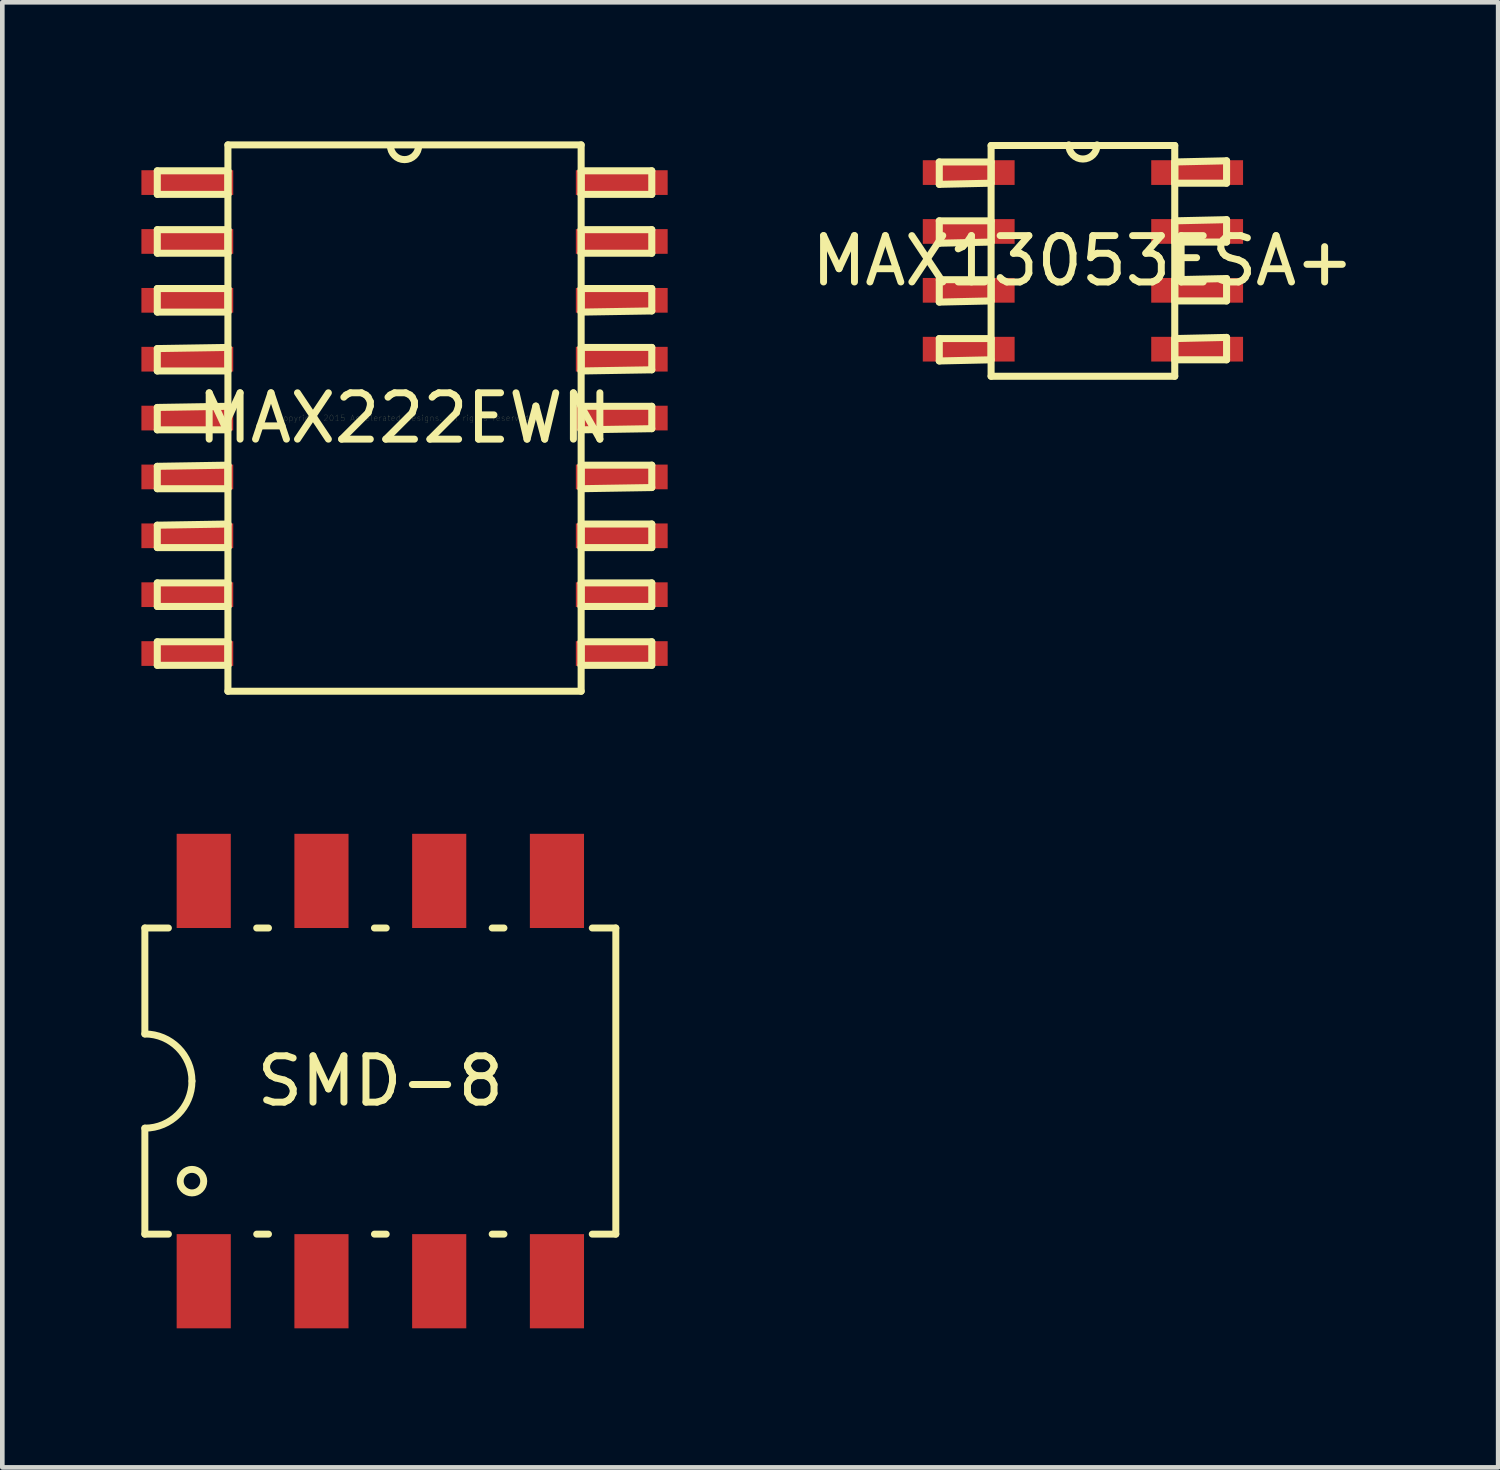
<source format=kicad_pcb>
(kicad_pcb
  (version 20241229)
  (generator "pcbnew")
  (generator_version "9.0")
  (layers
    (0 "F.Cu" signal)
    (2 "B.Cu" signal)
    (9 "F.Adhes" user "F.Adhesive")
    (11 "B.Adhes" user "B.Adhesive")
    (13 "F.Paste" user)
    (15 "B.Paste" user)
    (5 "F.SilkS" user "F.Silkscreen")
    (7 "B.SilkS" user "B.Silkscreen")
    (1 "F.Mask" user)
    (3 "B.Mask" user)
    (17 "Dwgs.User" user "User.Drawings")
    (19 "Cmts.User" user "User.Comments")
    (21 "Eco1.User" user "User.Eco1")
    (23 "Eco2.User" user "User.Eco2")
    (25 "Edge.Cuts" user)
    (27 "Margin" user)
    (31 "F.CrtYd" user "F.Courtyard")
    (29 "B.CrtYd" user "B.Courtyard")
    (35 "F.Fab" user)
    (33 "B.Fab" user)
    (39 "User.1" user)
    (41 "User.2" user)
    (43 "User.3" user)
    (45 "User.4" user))
  (footprint "MAX13053ESA+"
    (layer "F.Cu")
    (at 20.312 2.578)
    (property "Reference" "MAX13053ESA+" (at 0 0 0) (layer "F.SilkS") (effects (font (size 1 1) (thickness 0.15))))
    (attr through_hole)
    (fp_line (start -3.099 -2.134) (end -3.099 -1.651) (stroke (width 0.152) (type solid)) (layer "F.SilkS"))
    (fp_line (start -3.099 -1.651) (end -1.981 -1.676) (stroke (width 0.152) (type solid)) (layer "F.SilkS"))
    (fp_line (start -3.099 -0.864) (end -3.099 -0.381) (stroke (width 0.152) (type solid)) (layer "F.SilkS"))
    (fp_line (start -3.099 -0.381) (end -1.981 -0.406) (stroke (width 0.152) (type solid)) (layer "F.SilkS"))
    (fp_line (start -3.099 0.406) (end -3.099 0.889) (stroke (width 0.152) (type solid)) (layer "F.SilkS"))
    (fp_line (start -3.099 0.889) (end -1.981 0.864) (stroke (width 0.152) (type solid)) (layer "F.SilkS"))
    (fp_line (start -3.099 1.676) (end -3.099 2.159) (stroke (width 0.152) (type solid)) (layer "F.SilkS"))
    (fp_line (start -3.099 2.159) (end -1.981 2.134) (stroke (width 0.152) (type solid)) (layer "F.SilkS"))
    (fp_line (start -1.981 -2.489) (end -1.981 2.489) (stroke (width 0.152) (type solid)) (layer "F.SilkS"))
    (fp_line (start -1.981 -2.134) (end -3.099 -2.134) (stroke (width 0.152) (type solid)) (layer "F.SilkS"))
    (fp_line (start -1.981 -1.676) (end -1.981 -2.134) (stroke (width 0.152) (type solid)) (layer "F.SilkS"))
    (fp_line (start -1.981 -0.864) (end -3.099 -0.864) (stroke (width 0.152) (type solid)) (layer "F.SilkS"))
    (fp_line (start -1.981 -0.406) (end -1.981 -0.864) (stroke (width 0.152) (type solid)) (layer "F.SilkS"))
    (fp_line (start -1.981 0.406) (end -3.099 0.406) (stroke (width 0.152) (type solid)) (layer "F.SilkS"))
    (fp_line (start -1.981 0.864) (end -1.981 0.406) (stroke (width 0.152) (type solid)) (layer "F.SilkS"))
    (fp_line (start -1.981 1.676) (end -3.099 1.676) (stroke (width 0.152) (type solid)) (layer "F.SilkS"))
    (fp_line (start -1.981 2.134) (end -1.981 1.676) (stroke (width 0.152) (type solid)) (layer "F.SilkS"))
    (fp_line (start -1.981 2.489) (end 1.981 2.489) (stroke (width 0.152) (type solid)) (layer "F.SilkS"))
    (fp_line (start 1.981 -2.489) (end -1.981 -2.489) (stroke (width 0.152) (type solid)) (layer "F.SilkS"))
    (fp_line (start 1.981 -2.134) (end 1.981 -1.676) (stroke (width 0.152) (type solid)) (layer "F.SilkS"))
    (fp_line (start 1.981 -1.676) (end 3.099 -1.676) (stroke (width 0.152) (type solid)) (layer "F.SilkS"))
    (fp_line (start 1.981 -0.864) (end 1.981 -0.406) (stroke (width 0.152) (type solid)) (layer "F.SilkS"))
    (fp_line (start 1.981 -0.406) (end 3.099 -0.406) (stroke (width 0.152) (type solid)) (layer "F.SilkS"))
    (fp_line (start 1.981 0.406) (end 1.981 0.864) (stroke (width 0.152) (type solid)) (layer "F.SilkS"))
    (fp_line (start 1.981 0.864) (end 3.099 0.864) (stroke (width 0.152) (type solid)) (layer "F.SilkS"))
    (fp_line (start 1.981 1.676) (end 1.981 2.134) (stroke (width 0.152) (type solid)) (layer "F.SilkS"))
    (fp_line (start 1.981 2.134) (end 3.099 2.134) (stroke (width 0.152) (type solid)) (layer "F.SilkS"))
    (fp_line (start 1.981 2.489) (end 1.981 -2.489) (stroke (width 0.152) (type solid)) (layer "F.SilkS"))
    (fp_line (start 3.099 -2.159) (end 1.981 -2.134) (stroke (width 0.152) (type solid)) (layer "F.SilkS"))
    (fp_line (start 3.099 -1.676) (end 3.099 -2.159) (stroke (width 0.152) (type solid)) (layer "F.SilkS"))
    (fp_line (start 3.099 -0.889) (end 1.981 -0.864) (stroke (width 0.152) (type solid)) (layer "F.SilkS"))
    (fp_line (start 3.099 -0.406) (end 3.099 -0.889) (stroke (width 0.152) (type solid)) (layer "F.SilkS"))
    (fp_line (start 3.099 0.381) (end 1.981 0.406) (stroke (width 0.152) (type solid)) (layer "F.SilkS"))
    (fp_line (start 3.099 0.864) (end 3.099 0.381) (stroke (width 0.152) (type solid)) (layer "F.SilkS"))
    (fp_line (start 3.099 1.651) (end 1.981 1.676) (stroke (width 0.152) (type solid)) (layer "F.SilkS"))
    (fp_line (start 3.099 2.134) (end 3.099 1.651) (stroke (width 0.152) (type solid)) (layer "F.SilkS"))
    (fp_arc (start 0.3048 -2.5019) (mid 0 -2.1971) (end -0.3048 -2.5019) (stroke (width 0.1524) (type solid)) (layer "F.SilkS"))
    (pad "1" smd rect (at -2.464 -1.905) (size 1.981 0.533) (layers "F.Cu" "F.Mask" "F.Paste"))
    (pad "2" smd rect (at -2.464 -0.635) (size 1.981 0.533) (layers "F.Cu" "F.Mask" "F.Paste"))
    (pad "3" smd rect (at -2.464 0.635) (size 1.981 0.533) (layers "F.Cu" "F.Mask" "F.Paste"))
    (pad "4" smd rect (at -2.464 1.905) (size 1.981 0.533) (layers "F.Cu" "F.Mask" "F.Paste"))
    (pad "5" smd rect (at 2.464 1.905) (size 1.981 0.533) (layers "F.Cu" "F.Mask" "F.Paste"))
    (pad "6" smd rect (at 2.464 0.635) (size 1.981 0.533) (layers "F.Cu" "F.Mask" "F.Paste"))
    (pad "7" smd rect (at 2.464 -0.635) (size 1.981 0.533) (layers "F.Cu" "F.Mask" "F.Paste"))
    (pad "8" smd rect (at 2.464 -1.905) (size 1.981 0.533) (layers "F.Cu" "F.Mask" "F.Paste")))
  (footprint "MAX222EWN"
    (layer "F.Cu")
    (at 5.677 5.969)
    (property "Reference" "MAX222EWN" (at 0 0 0) (layer "F.SilkS") (effects (font (size 1 1) (thickness 0.15))))
    (attr through_hole)
    (fp_line (start -5.334 -5.334) (end -5.334 -4.826) (stroke (width 0.152) (type solid)) (layer "F.SilkS"))
    (fp_line (start -5.334 -4.826) (end -3.81 -4.826) (stroke (width 0.152) (type solid)) (layer "F.SilkS"))
    (fp_line (start -5.334 -4.064) (end -5.334 -3.556) (stroke (width 0.152) (type solid)) (layer "F.SilkS"))
    (fp_line (start -5.334 -3.556) (end -3.81 -3.556) (stroke (width 0.152) (type solid)) (layer "F.SilkS"))
    (fp_line (start -5.334 -2.794) (end -5.334 -2.286) (stroke (width 0.152) (type solid)) (layer "F.SilkS"))
    (fp_line (start -5.334 -2.286) (end -3.81 -2.286) (stroke (width 0.152) (type solid)) (layer "F.SilkS"))
    (fp_line (start -5.334 -1.499) (end -5.334 -1.016) (stroke (width 0.152) (type solid)) (layer "F.SilkS"))
    (fp_line (start -5.334 -1.016) (end -3.81 -1.016) (stroke (width 0.152) (type solid)) (layer "F.SilkS"))
    (fp_line (start -5.334 -0.229) (end -5.334 0.254) (stroke (width 0.152) (type solid)) (layer "F.SilkS"))
    (fp_line (start -5.334 0.254) (end -3.81 0.254) (stroke (width 0.152) (type solid)) (layer "F.SilkS"))
    (fp_line (start -5.334 1.041) (end -5.334 1.524) (stroke (width 0.152) (type solid)) (layer "F.SilkS"))
    (fp_line (start -5.334 1.524) (end -3.81 1.524) (stroke (width 0.152) (type solid)) (layer "F.SilkS"))
    (fp_line (start -5.334 2.311) (end -5.334 2.794) (stroke (width 0.152) (type solid)) (layer "F.SilkS"))
    (fp_line (start -5.334 2.794) (end -3.81 2.794) (stroke (width 0.152) (type solid)) (layer "F.SilkS"))
    (fp_line (start -5.334 3.556) (end -5.334 4.064) (stroke (width 0.152) (type solid)) (layer "F.SilkS"))
    (fp_line (start -5.334 4.064) (end -3.81 4.064) (stroke (width 0.152) (type solid)) (layer "F.SilkS"))
    (fp_line (start -5.334 4.826) (end -5.334 5.334) (stroke (width 0.152) (type solid)) (layer "F.SilkS"))
    (fp_line (start -5.334 5.334) (end -3.81 5.334) (stroke (width 0.152) (type solid)) (layer "F.SilkS"))
    (fp_line (start -3.81 -5.893) (end -3.81 5.893) (stroke (width 0.152) (type solid)) (layer "F.SilkS"))
    (fp_line (start -3.81 -5.334) (end -5.334 -5.334) (stroke (width 0.152) (type solid)) (layer "F.SilkS"))
    (fp_line (start -3.81 -4.826) (end -3.81 -5.334) (stroke (width 0.152) (type solid)) (layer "F.SilkS"))
    (fp_line (start -3.81 -4.064) (end -5.334 -4.064) (stroke (width 0.152) (type solid)) (layer "F.SilkS"))
    (fp_line (start -3.81 -3.556) (end -3.81 -4.064) (stroke (width 0.152) (type solid)) (layer "F.SilkS"))
    (fp_line (start -3.81 -2.794) (end -5.334 -2.794) (stroke (width 0.152) (type solid)) (layer "F.SilkS"))
    (fp_line (start -3.81 -2.286) (end -3.81 -2.794) (stroke (width 0.152) (type solid)) (layer "F.SilkS"))
    (fp_line (start -3.81 -1.524) (end -5.334 -1.499) (stroke (width 0.152) (type solid)) (layer "F.SilkS"))
    (fp_line (start -3.81 -1.016) (end -3.81 -1.524) (stroke (width 0.152) (type solid)) (layer "F.SilkS"))
    (fp_line (start -3.81 -0.254) (end -5.334 -0.229) (stroke (width 0.152) (type solid)) (layer "F.SilkS"))
    (fp_line (start -3.81 0.254) (end -3.81 -0.254) (stroke (width 0.152) (type solid)) (layer "F.SilkS"))
    (fp_line (start -3.81 1.016) (end -5.334 1.041) (stroke (width 0.152) (type solid)) (layer "F.SilkS"))
    (fp_line (start -3.81 1.524) (end -3.81 1.016) (stroke (width 0.152) (type solid)) (layer "F.SilkS"))
    (fp_line (start -3.81 2.286) (end -5.334 2.311) (stroke (width 0.152) (type solid)) (layer "F.SilkS"))
    (fp_line (start -3.81 2.794) (end -3.81 2.286) (stroke (width 0.152) (type solid)) (layer "F.SilkS"))
    (fp_line (start -3.81 3.556) (end -5.334 3.556) (stroke (width 0.152) (type solid)) (layer "F.SilkS"))
    (fp_line (start -3.81 4.064) (end -3.81 3.556) (stroke (width 0.152) (type solid)) (layer "F.SilkS"))
    (fp_line (start -3.81 4.826) (end -5.334 4.826) (stroke (width 0.152) (type solid)) (layer "F.SilkS"))
    (fp_line (start -3.81 5.334) (end -3.81 4.826) (stroke (width 0.152) (type solid)) (layer "F.SilkS"))
    (fp_line (start -3.81 5.893) (end 3.81 5.893) (stroke (width 0.152) (type solid)) (layer "F.SilkS"))
    (fp_line (start 3.81 -5.893) (end -3.81 -5.893) (stroke (width 0.152) (type solid)) (layer "F.SilkS"))
    (fp_line (start 3.81 -5.334) (end 3.81 -4.826) (stroke (width 0.152) (type solid)) (layer "F.SilkS"))
    (fp_line (start 3.81 -4.826) (end 5.334 -4.826) (stroke (width 0.152) (type solid)) (layer "F.SilkS"))
    (fp_line (start 3.81 -4.064) (end 3.81 -3.556) (stroke (width 0.152) (type solid)) (layer "F.SilkS"))
    (fp_line (start 3.81 -3.556) (end 5.334 -3.556) (stroke (width 0.152) (type solid)) (layer "F.SilkS"))
    (fp_line (start 3.81 -2.794) (end 3.81 -2.286) (stroke (width 0.152) (type solid)) (layer "F.SilkS"))
    (fp_line (start 3.81 -2.286) (end 5.334 -2.311) (stroke (width 0.152) (type solid)) (layer "F.SilkS"))
    (fp_line (start 3.81 -1.524) (end 3.81 -1.016) (stroke (width 0.152) (type solid)) (layer "F.SilkS"))
    (fp_line (start 3.81 -1.016) (end 5.334 -1.041) (stroke (width 0.152) (type solid)) (layer "F.SilkS"))
    (fp_line (start 3.81 -0.254) (end 3.81 0.254) (stroke (width 0.152) (type solid)) (layer "F.SilkS"))
    (fp_line (start 3.81 0.254) (end 5.334 0.229) (stroke (width 0.152) (type solid)) (layer "F.SilkS"))
    (fp_line (start 3.81 1.016) (end 3.81 1.524) (stroke (width 0.152) (type solid)) (layer "F.SilkS"))
    (fp_line (start 3.81 1.524) (end 5.334 1.499) (stroke (width 0.152) (type solid)) (layer "F.SilkS"))
    (fp_line (start 3.81 2.286) (end 3.81 2.794) (stroke (width 0.152) (type solid)) (layer "F.SilkS"))
    (fp_line (start 3.81 2.794) (end 5.334 2.794) (stroke (width 0.152) (type solid)) (layer "F.SilkS"))
    (fp_line (start 3.81 3.556) (end 3.81 4.064) (stroke (width 0.152) (type solid)) (layer "F.SilkS"))
    (fp_line (start 3.81 4.064) (end 5.334 4.064) (stroke (width 0.152) (type solid)) (layer "F.SilkS"))
    (fp_line (start 3.81 4.826) (end 3.81 5.334) (stroke (width 0.152) (type solid)) (layer "F.SilkS"))
    (fp_line (start 3.81 5.334) (end 5.334 5.334) (stroke (width 0.152) (type solid)) (layer "F.SilkS"))
    (fp_line (start 3.81 5.893) (end 3.81 -5.893) (stroke (width 0.152) (type solid)) (layer "F.SilkS"))
    (fp_line (start 5.334 -5.334) (end 3.81 -5.334) (stroke (width 0.152) (type solid)) (layer "F.SilkS"))
    (fp_line (start 5.334 -4.826) (end 5.334 -5.334) (stroke (width 0.152) (type solid)) (layer "F.SilkS"))
    (fp_line (start 5.334 -4.064) (end 3.81 -4.064) (stroke (width 0.152) (type solid)) (layer "F.SilkS"))
    (fp_line (start 5.334 -3.556) (end 5.334 -4.064) (stroke (width 0.152) (type solid)) (layer "F.SilkS"))
    (fp_line (start 5.334 -2.794) (end 3.81 -2.794) (stroke (width 0.152) (type solid)) (layer "F.SilkS"))
    (fp_line (start 5.334 -2.311) (end 5.334 -2.794) (stroke (width 0.152) (type solid)) (layer "F.SilkS"))
    (fp_line (start 5.334 -1.524) (end 3.81 -1.524) (stroke (width 0.152) (type solid)) (layer "F.SilkS"))
    (fp_line (start 5.334 -1.041) (end 5.334 -1.524) (stroke (width 0.152) (type solid)) (layer "F.SilkS"))
    (fp_line (start 5.334 -0.254) (end 3.81 -0.254) (stroke (width 0.152) (type solid)) (layer "F.SilkS"))
    (fp_line (start 5.334 0.229) (end 5.334 -0.254) (stroke (width 0.152) (type solid)) (layer "F.SilkS"))
    (fp_line (start 5.334 1.016) (end 3.81 1.016) (stroke (width 0.152) (type solid)) (layer "F.SilkS"))
    (fp_line (start 5.334 1.499) (end 5.334 1.016) (stroke (width 0.152) (type solid)) (layer "F.SilkS"))
    (fp_line (start 5.334 2.286) (end 3.81 2.286) (stroke (width 0.152) (type solid)) (layer "F.SilkS"))
    (fp_line (start 5.334 2.794) (end 5.334 2.286) (stroke (width 0.152) (type solid)) (layer "F.SilkS"))
    (fp_line (start 5.334 3.556) (end 3.81 3.556) (stroke (width 0.152) (type solid)) (layer "F.SilkS"))
    (fp_line (start 5.334 4.064) (end 5.334 3.556) (stroke (width 0.152) (type solid)) (layer "F.SilkS"))
    (fp_line (start 5.334 4.826) (end 3.81 4.826) (stroke (width 0.152) (type solid)) (layer "F.SilkS"))
    (fp_line (start 5.334 5.334) (end 5.334 4.826) (stroke (width 0.152) (type solid)) (layer "F.SilkS"))
    (fp_arc (start 0.3048 -5.8801) (mid 0 -5.5753) (end -0.3048 -5.8801) (stroke (width 0.1524) (type solid)) (layer "F.SilkS"))
    (fp_text user "Copyright 2015 Accelerated Designs. All rights reserved." (at 0 0 0) (layer "F.SilkS") (effects (font (size 0.127 0.127) (thickness 0.002))))
    (pad "1" smd rect (at -4.686 -5.08) (size 1.981 0.533) (layers "F.Cu" "F.Mask" "F.Paste"))
    (pad "2" smd rect (at -4.686 -3.81) (size 1.981 0.533) (layers "F.Cu" "F.Mask" "F.Paste"))
    (pad "3" smd rect (at -4.686 -2.54) (size 1.981 0.533) (layers "F.Cu" "F.Mask" "F.Paste"))
    (pad "4" smd rect (at -4.686 -1.27) (size 1.981 0.533) (layers "F.Cu" "F.Mask" "F.Paste"))
    (pad "5" smd rect (at -4.686 0) (size 1.981 0.533) (layers "F.Cu" "F.Mask" "F.Paste"))
    (pad "6" smd rect (at -4.686 1.27) (size 1.981 0.533) (layers "F.Cu" "F.Mask" "F.Paste"))
    (pad "7" smd rect (at -4.686 2.54) (size 1.981 0.533) (layers "F.Cu" "F.Mask" "F.Paste"))
    (pad "8" smd rect (at -4.686 3.81) (size 1.981 0.533) (layers "F.Cu" "F.Mask" "F.Paste"))
    (pad "9" smd rect (at -4.686 5.08) (size 1.981 0.533) (layers "F.Cu" "F.Mask" "F.Paste"))
    (pad "10" smd rect (at 4.686 5.08) (size 1.981 0.533) (layers "F.Cu" "F.Mask" "F.Paste"))
    (pad "11" smd rect (at 4.686 3.81) (size 1.981 0.533) (layers "F.Cu" "F.Mask" "F.Paste"))
    (pad "12" smd rect (at 4.686 2.54) (size 1.981 0.533) (layers "F.Cu" "F.Mask" "F.Paste"))
    (pad "13" smd rect (at 4.686 1.27) (size 1.981 0.533) (layers "F.Cu" "F.Mask" "F.Paste"))
    (pad "14" smd rect (at 4.686 0) (size 1.981 0.533) (layers "F.Cu" "F.Mask" "F.Paste"))
    (pad "15" smd rect (at 4.686 -1.27) (size 1.981 0.533) (layers "F.Cu" "F.Mask" "F.Paste"))
    (pad "16" smd rect (at 4.686 -2.54) (size 1.981 0.533) (layers "F.Cu" "F.Mask" "F.Paste"))
    (pad "17" smd rect (at 4.686 -3.81) (size 1.981 0.533) (layers "F.Cu" "F.Mask" "F.Paste"))
    (pad "18" smd rect (at 4.686 -5.08) (size 1.981 0.533) (layers "F.Cu" "F.Mask" "F.Paste")))
  (footprint "SMD-8"
    (layer "F.Cu")
    (at 5.155 20.272)
    (property "Reference" "SMD-8" (at 0 0 0) (layer "F.SilkS") (effects (font (size 1 1) (thickness 0.15))))
    (attr through_hole)
    (fp_line (start -5.08 -3.302) (end -5.08 -1.016) (stroke (width 0.15) (type solid)) (layer "F.SilkS"))
    (fp_line (start -5.08 -3.302) (end -4.572 -3.302) (stroke (width 0.15) (type solid)) (layer "F.SilkS"))
    (fp_line (start -5.08 1.016) (end -5.08 3.302) (stroke (width 0.15) (type solid)) (layer "F.SilkS"))
    (fp_line (start -5.08 3.302) (end -4.572 3.302) (stroke (width 0.15) (type solid)) (layer "F.SilkS"))
    (fp_line (start -2.667 -3.302) (end -2.413 -3.302) (stroke (width 0.15) (type solid)) (layer "F.SilkS"))
    (fp_line (start -2.667 3.302) (end -2.413 3.302) (stroke (width 0.15) (type solid)) (layer "F.SilkS"))
    (fp_line (start -0.127 -3.302) (end 0.127 -3.302) (stroke (width 0.15) (type solid)) (layer "F.SilkS"))
    (fp_line (start -0.127 3.302) (end 0.127 3.302) (stroke (width 0.15) (type solid)) (layer "F.SilkS"))
    (fp_line (start 2.413 -3.302) (end 2.667 -3.302) (stroke (width 0.15) (type solid)) (layer "F.SilkS"))
    (fp_line (start 2.413 3.302) (end 2.667 3.302) (stroke (width 0.15) (type solid)) (layer "F.SilkS"))
    (fp_line (start 5.08 -3.302) (end 4.572 -3.302) (stroke (width 0.15) (type solid)) (layer "F.SilkS"))
    (fp_line (start 5.08 -3.302) (end 5.08 3.302) (stroke (width 0.15) (type solid)) (layer "F.SilkS"))
    (fp_line (start 5.08 3.302) (end 4.572 3.302) (stroke (width 0.15) (type solid)) (layer "F.SilkS"))
    (fp_arc (start -5.08 -1.016) (mid -4.36158 -0.71842) (end -4.064 0) (stroke (width 0.15) (type solid)) (layer "F.SilkS"))
    (fp_arc (start -4.064 0) (mid -4.36158 0.71842) (end -5.08 1.016) (stroke (width 0.15) (type solid)) (layer "F.SilkS"))
    (fp_circle (center -4.064 2.159) (end -3.81 2.159) (stroke (width 0.15) (type solid)) (fill no) (layer "F.SilkS"))
    (pad "1" smd rect (at -3.81 4.318) (size 1.168 2.032) (layers "F.Cu" "F.Mask" "F.Paste"))
    (pad "2" smd rect (at -1.27 4.318) (size 1.168 2.032) (layers "F.Cu" "F.Mask" "F.Paste"))
    (pad "3" smd rect (at 1.27 4.318) (size 1.168 2.032) (layers "F.Cu" "F.Mask" "F.Paste"))
    (pad "4" smd rect (at 3.81 4.318) (size 1.168 2.032) (layers "F.Cu" "F.Mask" "F.Paste"))
    (pad "5" smd rect (at 3.81 -4.318) (size 1.168 2.032) (layers "F.Cu" "F.Mask" "F.Paste"))
    (pad "6" smd rect (at 1.27 -4.318) (size 1.168 2.032) (layers "F.Cu" "F.Mask" "F.Paste"))
    (pad "7" smd rect (at -1.27 -4.318) (size 1.168 2.032) (layers "F.Cu" "F.Mask" "F.Paste"))
    (pad "8" smd rect (at -3.81 -4.318) (size 1.168 2.032) (layers "F.Cu" "F.Mask" "F.Paste")))
  (gr_rect
    (start -3 -3)
    (end 29.27 28.606)
    (stroke (width 0.1) (type default))
    (fill no)
    (layer "Edge.Cuts")))
</source>
